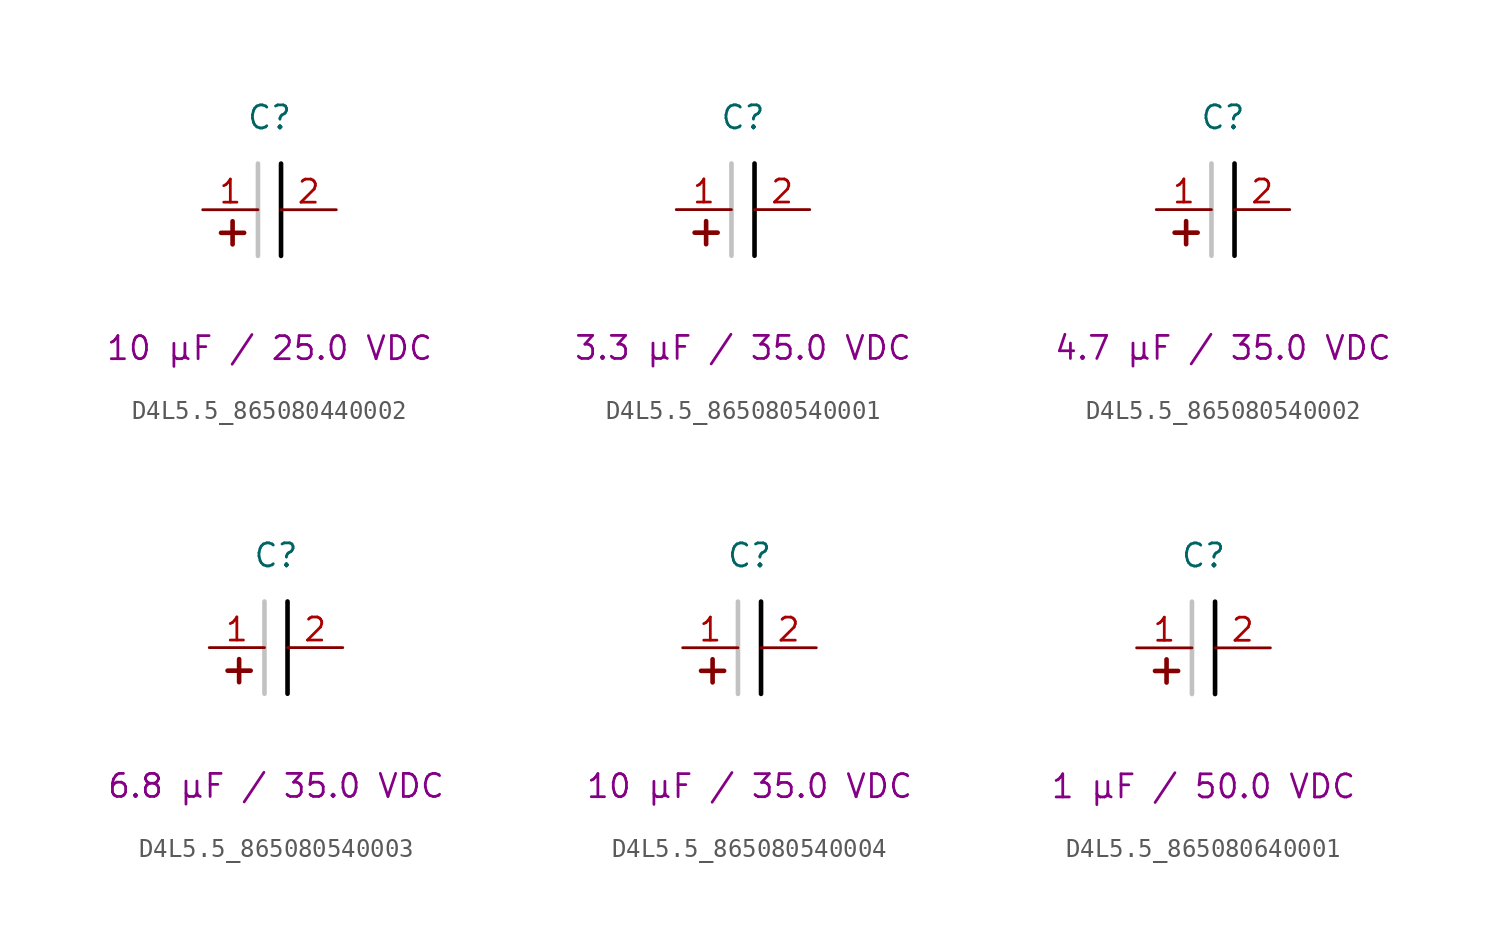
<source format=kicad_sym>
(kicad_symbol_lib
  (version 20220914)
  (generator kicad_symbol_editor)
  (symbol "D4L5.5_865080440002"
    (pin_names hide)
    (property "Reference" "C"
      (at 0 5.08 0)
      (effects (font (size 1.27 1.27))))
    (property "Critical Parameter" "10 µF / 25.0 VDC"
      (at 0 -7.62 0)
      (effects (font (size 1.27 1.27))))
    (symbol "D4L5.5_865080440002_1_1"
      (polyline (pts (xy -2.667 -1.27) (xy -1.397 -1.27)) (stroke (width 0.254) (type default)) (fill (type none)))
      (polyline (pts (xy -2.032 -0.635) (xy -2.032 -1.905)) (stroke (width 0.254) (type default)) (fill (type none)))
      (polyline (pts (xy -0.635 2.54) (xy -0.635 -2.54)) (stroke (width 0.254) (type default) (color 194 194 194 1)) (fill (type none)))
      (polyline (pts (xy 0.635 2.54) (xy 0.635 -2.54)) (stroke (width 0.254) (type default) (color 0 0 0 1)) (fill (type none)))
      (pin passive line (at -3.679 0 0) (length 3.044) (name "1" (effects (font (size 1.27 1.27)))) (number "1" (effects (font (size 1.27 1.27)))))
      (pin passive line (at 3.679 0 180) (length 3.044) (name "2" (effects (font (size 1.27 1.27)))) (number "2" (effects (font (size 1.27 1.27)))))))
  (symbol "D4L5.5_865080540001"
    (pin_names hide)
    (property "Reference" "C"
      (at 0 5.08 0)
      (effects (font (size 1.27 1.27))))
    (property "Critical Parameter" "3.3 µF / 35.0 VDC"
      (at 0 -7.62 0)
      (effects (font (size 1.27 1.27))))
    (symbol "D4L5.5_865080540001_1_1"
      (polyline (pts (xy -2.667 -1.27) (xy -1.397 -1.27)) (stroke (width 0.254) (type default)) (fill (type none)))
      (polyline (pts (xy -2.032 -0.635) (xy -2.032 -1.905)) (stroke (width 0.254) (type default)) (fill (type none)))
      (polyline (pts (xy -0.635 2.54) (xy -0.635 -2.54)) (stroke (width 0.254) (type default) (color 194 194 194 1)) (fill (type none)))
      (polyline (pts (xy 0.635 2.54) (xy 0.635 -2.54)) (stroke (width 0.254) (type default) (color 0 0 0 1)) (fill (type none)))
      (pin passive line (at -3.679 0 0) (length 3.044) (name "1" (effects (font (size 1.27 1.27)))) (number "1" (effects (font (size 1.27 1.27)))))
      (pin passive line (at 3.679 0 180) (length 3.044) (name "2" (effects (font (size 1.27 1.27)))) (number "2" (effects (font (size 1.27 1.27)))))))
  (symbol "D4L5.5_865080540002"
    (pin_names hide)
    (property "Reference" "C"
      (at 0 5.08 0)
      (effects (font (size 1.27 1.27))))
    (property "Critical Parameter" "4.7 µF / 35.0 VDC"
      (at 0 -7.62 0)
      (effects (font (size 1.27 1.27))))
    (symbol "D4L5.5_865080540002_1_1"
      (polyline (pts (xy -2.667 -1.27) (xy -1.397 -1.27)) (stroke (width 0.254) (type default)) (fill (type none)))
      (polyline (pts (xy -2.032 -0.635) (xy -2.032 -1.905)) (stroke (width 0.254) (type default)) (fill (type none)))
      (polyline (pts (xy -0.635 2.54) (xy -0.635 -2.54)) (stroke (width 0.254) (type default) (color 194 194 194 1)) (fill (type none)))
      (polyline (pts (xy 0.635 2.54) (xy 0.635 -2.54)) (stroke (width 0.254) (type default) (color 0 0 0 1)) (fill (type none)))
      (pin passive line (at -3.679 0 0) (length 3.044) (name "1" (effects (font (size 1.27 1.27)))) (number "1" (effects (font (size 1.27 1.27)))))
      (pin passive line (at 3.679 0 180) (length 3.044) (name "2" (effects (font (size 1.27 1.27)))) (number "2" (effects (font (size 1.27 1.27)))))))
  (symbol "D4L5.5_865080540003"
    (pin_names hide)
    (property "Reference" "C"
      (at 0 5.08 0)
      (effects (font (size 1.27 1.27))))
    (property "Critical Parameter" "6.8 µF / 35.0 VDC"
      (at 0 -7.62 0)
      (effects (font (size 1.27 1.27))))
    (symbol "D4L5.5_865080540003_1_1"
      (polyline (pts (xy -2.667 -1.27) (xy -1.397 -1.27)) (stroke (width 0.254) (type default)) (fill (type none)))
      (polyline (pts (xy -2.032 -0.635) (xy -2.032 -1.905)) (stroke (width 0.254) (type default)) (fill (type none)))
      (polyline (pts (xy -0.635 2.54) (xy -0.635 -2.54)) (stroke (width 0.254) (type default) (color 194 194 194 1)) (fill (type none)))
      (polyline (pts (xy 0.635 2.54) (xy 0.635 -2.54)) (stroke (width 0.254) (type default) (color 0 0 0 1)) (fill (type none)))
      (pin passive line (at -3.679 0 0) (length 3.044) (name "1" (effects (font (size 1.27 1.27)))) (number "1" (effects (font (size 1.27 1.27)))))
      (pin passive line (at 3.679 0 180) (length 3.044) (name "2" (effects (font (size 1.27 1.27)))) (number "2" (effects (font (size 1.27 1.27)))))))
  (symbol "D4L5.5_865080540004"
    (pin_names hide)
    (property "Reference" "C"
      (at 0 5.08 0)
      (effects (font (size 1.27 1.27))))
    (property "Critical Parameter" "10 µF / 35.0 VDC"
      (at 0 -7.62 0)
      (effects (font (size 1.27 1.27))))
    (symbol "D4L5.5_865080540004_1_1"
      (polyline (pts (xy -2.667 -1.27) (xy -1.397 -1.27)) (stroke (width 0.254) (type default)) (fill (type none)))
      (polyline (pts (xy -2.032 -0.635) (xy -2.032 -1.905)) (stroke (width 0.254) (type default)) (fill (type none)))
      (polyline (pts (xy -0.635 2.54) (xy -0.635 -2.54)) (stroke (width 0.254) (type default) (color 194 194 194 1)) (fill (type none)))
      (polyline (pts (xy 0.635 2.54) (xy 0.635 -2.54)) (stroke (width 0.254) (type default) (color 0 0 0 1)) (fill (type none)))
      (pin passive line (at -3.679 0 0) (length 3.044) (name "1" (effects (font (size 1.27 1.27)))) (number "1" (effects (font (size 1.27 1.27)))))
      (pin passive line (at 3.679 0 180) (length 3.044) (name "2" (effects (font (size 1.27 1.27)))) (number "2" (effects (font (size 1.27 1.27)))))))
  (symbol "D4L5.5_865080640001"
    (pin_names hide)
    (property "Reference" "C"
      (at 0 5.08 0)
      (effects (font (size 1.27 1.27))))
    (property "Critical Parameter" "1 µF / 50.0 VDC"
      (at 0 -7.62 0)
      (effects (font (size 1.27 1.27))))
    (symbol "D4L5.5_865080640001_1_1"
      (polyline (pts (xy -2.667 -1.27) (xy -1.397 -1.27)) (stroke (width 0.254) (type default)) (fill (type none)))
      (polyline (pts (xy -2.032 -0.635) (xy -2.032 -1.905)) (stroke (width 0.254) (type default)) (fill (type none)))
      (polyline (pts (xy -0.635 2.54) (xy -0.635 -2.54)) (stroke (width 0.254) (type default) (color 194 194 194 1)) (fill (type none)))
      (polyline (pts (xy 0.635 2.54) (xy 0.635 -2.54)) (stroke (width 0.254) (type default) (color 0 0 0 1)) (fill (type none)))
      (pin passive line (at -3.679 0 0) (length 3.044) (name "1" (effects (font (size 1.27 1.27)))) (number "1" (effects (font (size 1.27 1.27)))))
      (pin passive line (at 3.679 0 180) (length 3.044) (name "2" (effects (font (size 1.27 1.27)))) (number "2" (effects (font (size 1.27 1.27))))))))
</source>
